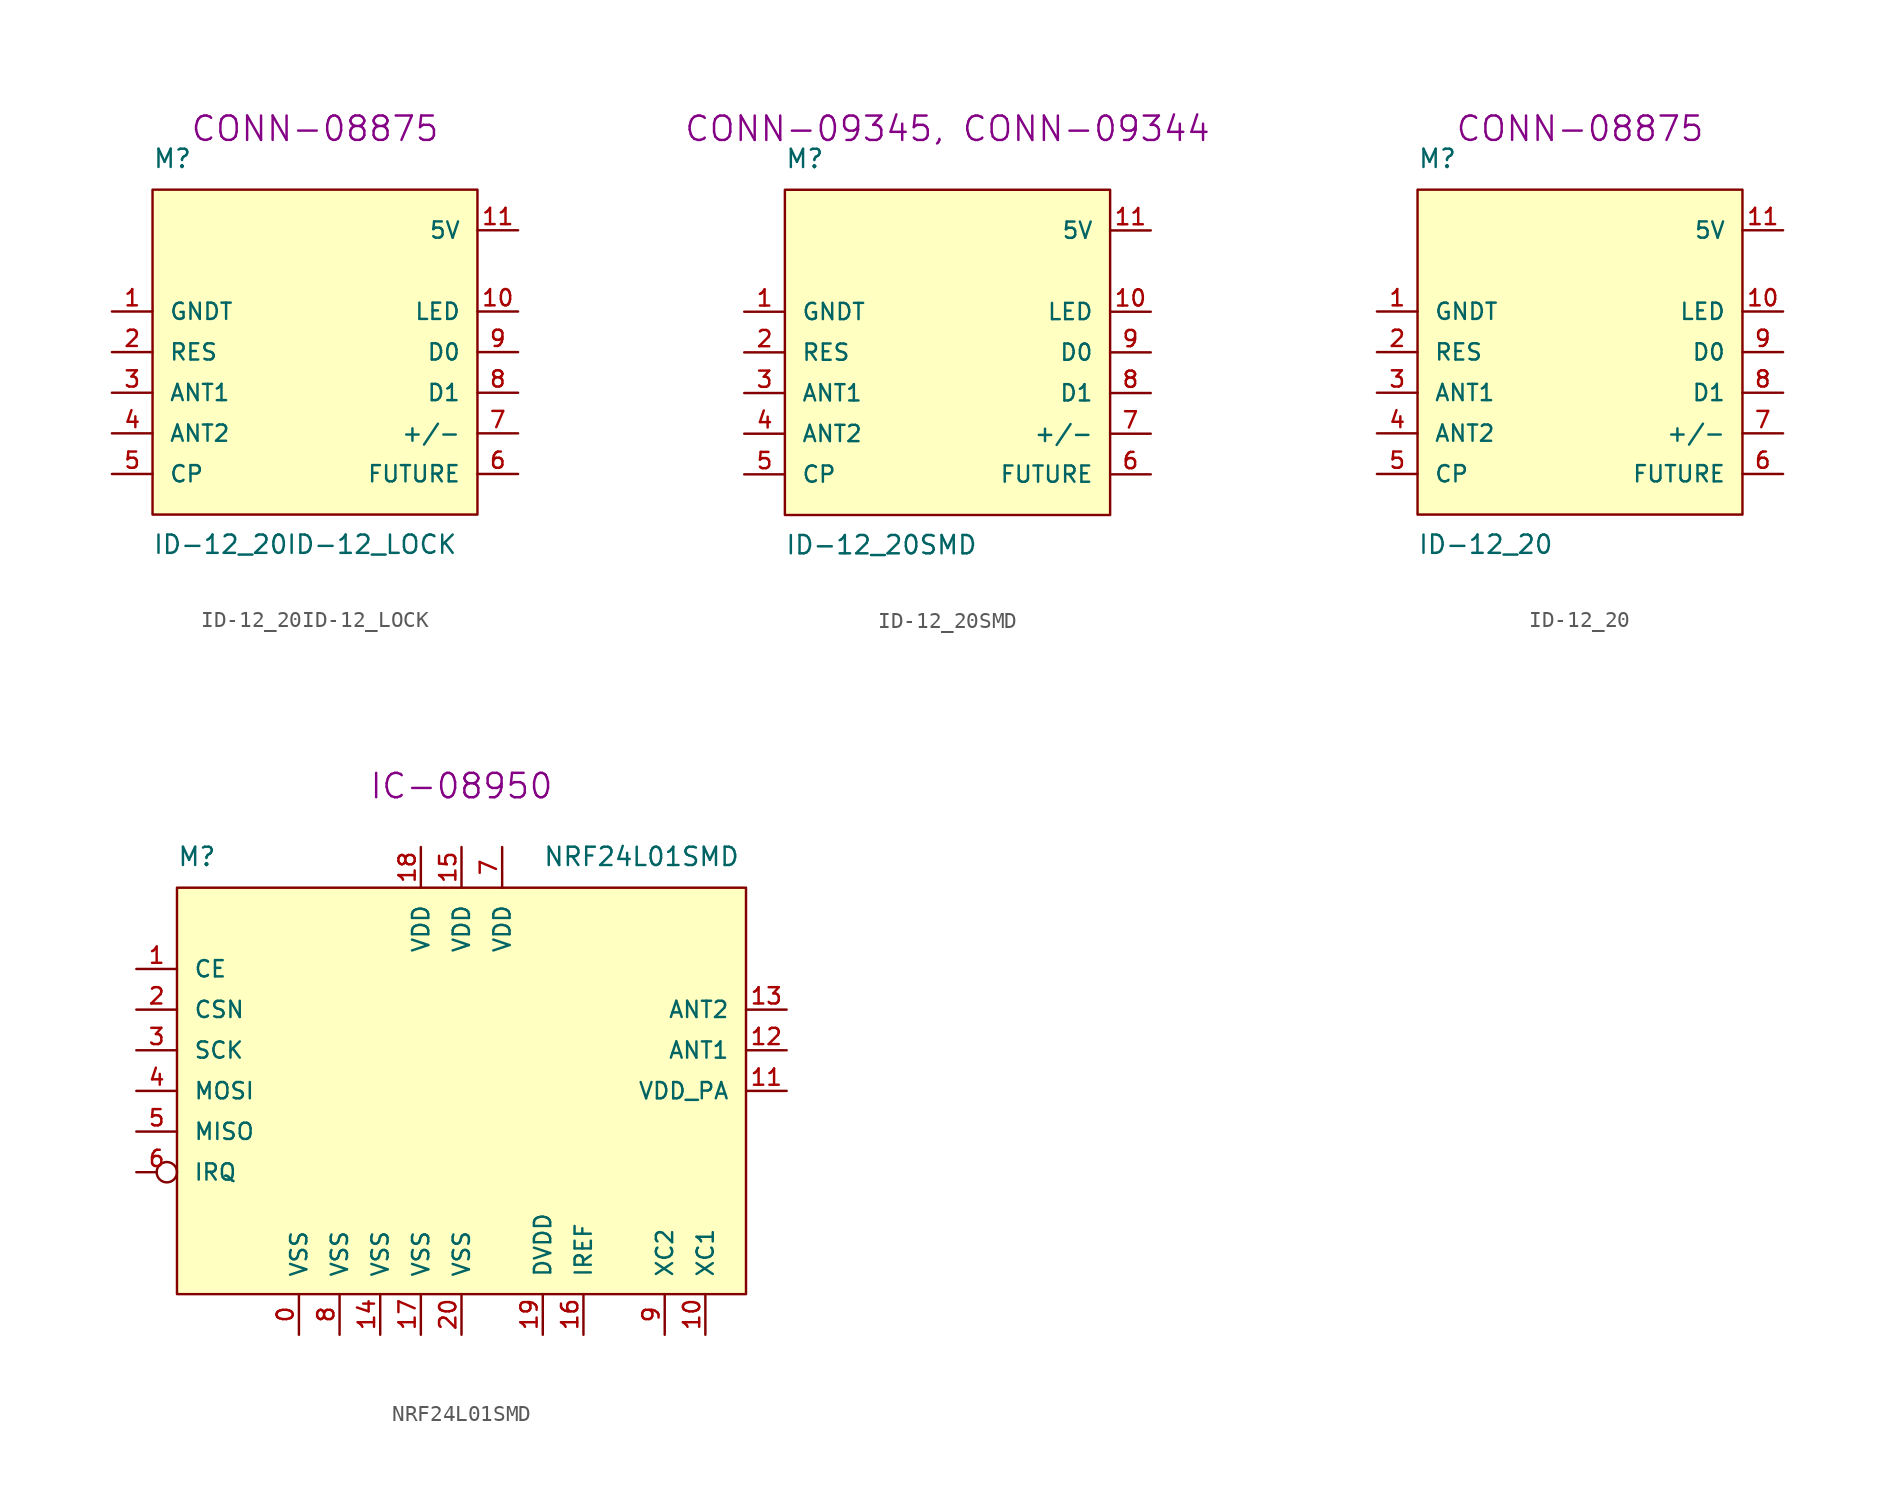
<source format=kicad_sym>
(kicad_symbol_lib
  (version 20201005)
  (generator kicad_symbol_editor)
  (symbol "ID-12_20ID-12_LOCK"
    (pin_names
      (offset 1.016))
    (property "Reference" "M"
      (at -10.16 11.43 0)
      (effects (font (size 1.143 1.143)) (justify left bottom)))
    (property "Value" "ID-12_20ID-12_LOCK"
      (at -10.16 -12.7 0)
      (effects (font (size 1.143 1.143)) (justify left bottom)))
    (property "Field4" "CONN-08875"
      (at 0 13.97 0)
      (effects (font (size 1.524 1.524))))
    (property "ki_locked" ""
      (at 0 0 0)
      (effects (font (size 1.27 1.27))))
    (symbol "ID-12_20ID-12_LOCK_1_1"
      (polyline (pts (xy -10.16 10.16) (xy -10.16 -10.16) (xy 10.16 -10.16) (xy 10.16 10.16) (xy -10.16 10.16)) (stroke (width 0)) (fill (type background)))
      (pin bidirectional line (at -12.7 2.54 0) (length 2.54) (name "GNDT" (effects (font (size 1.016 1.016)))) (number "1" (effects (font (size 1.016 1.016)))))
      (pin bidirectional line (at -12.7 0 0) (length 2.54) (name "RES" (effects (font (size 1.016 1.016)))) (number "2" (effects (font (size 1.016 1.016)))))
      (pin bidirectional line (at -12.7 -2.54 0) (length 2.54) (name "ANT1" (effects (font (size 1.016 1.016)))) (number "3" (effects (font (size 1.016 1.016)))))
      (pin bidirectional line (at -12.7 -5.08 0) (length 2.54) (name "ANT2" (effects (font (size 1.016 1.016)))) (number "4" (effects (font (size 1.016 1.016)))))
      (pin bidirectional line (at -12.7 -7.62 0) (length 2.54) (name "CP" (effects (font (size 1.016 1.016)))) (number "5" (effects (font (size 1.016 1.016)))))
      (pin bidirectional line (at 12.7 -7.62 180) (length 2.54) (name "FUTURE" (effects (font (size 1.016 1.016)))) (number "6" (effects (font (size 1.016 1.016)))))
      (pin bidirectional line (at 12.7 -5.08 180) (length 2.54) (name "+/-" (effects (font (size 1.016 1.016)))) (number "7" (effects (font (size 1.016 1.016)))))
      (pin bidirectional line (at 12.7 -2.54 180) (length 2.54) (name "D1" (effects (font (size 1.016 1.016)))) (number "8" (effects (font (size 1.016 1.016)))))
      (pin bidirectional line (at 12.7 0 180) (length 2.54) (name "D0" (effects (font (size 1.016 1.016)))) (number "9" (effects (font (size 1.016 1.016)))))
      (pin bidirectional line (at 12.7 2.54 180) (length 2.54) (name "LED" (effects (font (size 1.016 1.016)))) (number "10" (effects (font (size 1.016 1.016)))))
      (pin bidirectional line (at 12.7 7.62 180) (length 2.54) (name "5V" (effects (font (size 1.016 1.016)))) (number "11" (effects (font (size 1.016 1.016)))))))
  (symbol "ID-12_20SMD"
    (pin_names
      (offset 1.016))
    (property "Reference" "M"
      (at -10.16 11.43 0)
      (effects (font (size 1.143 1.143)) (justify left bottom)))
    (property "Value" "ID-12_20SMD"
      (at -10.16 -12.7 0)
      (effects (font (size 1.143 1.143)) (justify left bottom)))
    (property "Field4" "CONN-09345, CONN-09344"
      (at 0 13.97 0)
      (effects (font (size 1.524 1.524))))
    (property "ki_locked" ""
      (at 0 0 0)
      (effects (font (size 1.27 1.27))))
    (symbol "ID-12_20SMD_1_1"
      (polyline (pts (xy -10.16 10.16) (xy -10.16 -10.16) (xy 10.16 -10.16) (xy 10.16 10.16) (xy -10.16 10.16)) (stroke (width 0)) (fill (type background)))
      (pin bidirectional line (at -12.7 2.54 0) (length 2.54) (name "GNDT" (effects (font (size 1.016 1.016)))) (number "1" (effects (font (size 1.016 1.016)))))
      (pin bidirectional line (at -12.7 0 0) (length 2.54) (name "RES" (effects (font (size 1.016 1.016)))) (number "2" (effects (font (size 1.016 1.016)))))
      (pin bidirectional line (at -12.7 -2.54 0) (length 2.54) (name "ANT1" (effects (font (size 1.016 1.016)))) (number "3" (effects (font (size 1.016 1.016)))))
      (pin bidirectional line (at -12.7 -5.08 0) (length 2.54) (name "ANT2" (effects (font (size 1.016 1.016)))) (number "4" (effects (font (size 1.016 1.016)))))
      (pin bidirectional line (at -12.7 -7.62 0) (length 2.54) (name "CP" (effects (font (size 1.016 1.016)))) (number "5" (effects (font (size 1.016 1.016)))))
      (pin bidirectional line (at 12.7 -7.62 180) (length 2.54) (name "FUTURE" (effects (font (size 1.016 1.016)))) (number "6" (effects (font (size 1.016 1.016)))))
      (pin bidirectional line (at 12.7 -5.08 180) (length 2.54) (name "+/-" (effects (font (size 1.016 1.016)))) (number "7" (effects (font (size 1.016 1.016)))))
      (pin bidirectional line (at 12.7 -2.54 180) (length 2.54) (name "D1" (effects (font (size 1.016 1.016)))) (number "8" (effects (font (size 1.016 1.016)))))
      (pin bidirectional line (at 12.7 0 180) (length 2.54) (name "D0" (effects (font (size 1.016 1.016)))) (number "9" (effects (font (size 1.016 1.016)))))
      (pin bidirectional line (at 12.7 2.54 180) (length 2.54) (name "LED" (effects (font (size 1.016 1.016)))) (number "10" (effects (font (size 1.016 1.016)))))
      (pin bidirectional line (at 12.7 7.62 180) (length 2.54) (name "5V" (effects (font (size 1.016 1.016)))) (number "11" (effects (font (size 1.016 1.016)))))))
  (symbol "ID-12_20"
    (pin_names
      (offset 1.016))
    (property "Reference" "M"
      (at -10.16 11.43 0)
      (effects (font (size 1.143 1.143)) (justify left bottom)))
    (property "Value" "ID-12_20"
      (at -10.16 -12.7 0)
      (effects (font (size 1.143 1.143)) (justify left bottom)))
    (property "Field4" "CONN-08875"
      (at 0 13.97 0)
      (effects (font (size 1.524 1.524))))
    (property "ki_locked" ""
      (at 0 0 0)
      (effects (font (size 1.27 1.27))))
    (symbol "ID-12_20_1_1"
      (polyline (pts (xy -10.16 10.16) (xy -10.16 -10.16) (xy 10.16 -10.16) (xy 10.16 10.16) (xy -10.16 10.16)) (stroke (width 0)) (fill (type background)))
      (pin bidirectional line (at -12.7 2.54 0) (length 2.54) (name "GNDT" (effects (font (size 1.016 1.016)))) (number "1" (effects (font (size 1.016 1.016)))))
      (pin bidirectional line (at -12.7 0 0) (length 2.54) (name "RES" (effects (font (size 1.016 1.016)))) (number "2" (effects (font (size 1.016 1.016)))))
      (pin bidirectional line (at -12.7 -2.54 0) (length 2.54) (name "ANT1" (effects (font (size 1.016 1.016)))) (number "3" (effects (font (size 1.016 1.016)))))
      (pin bidirectional line (at -12.7 -5.08 0) (length 2.54) (name "ANT2" (effects (font (size 1.016 1.016)))) (number "4" (effects (font (size 1.016 1.016)))))
      (pin bidirectional line (at -12.7 -7.62 0) (length 2.54) (name "CP" (effects (font (size 1.016 1.016)))) (number "5" (effects (font (size 1.016 1.016)))))
      (pin bidirectional line (at 12.7 -7.62 180) (length 2.54) (name "FUTURE" (effects (font (size 1.016 1.016)))) (number "6" (effects (font (size 1.016 1.016)))))
      (pin bidirectional line (at 12.7 -5.08 180) (length 2.54) (name "+/-" (effects (font (size 1.016 1.016)))) (number "7" (effects (font (size 1.016 1.016)))))
      (pin bidirectional line (at 12.7 -2.54 180) (length 2.54) (name "D1" (effects (font (size 1.016 1.016)))) (number "8" (effects (font (size 1.016 1.016)))))
      (pin bidirectional line (at 12.7 0 180) (length 2.54) (name "D0" (effects (font (size 1.016 1.016)))) (number "9" (effects (font (size 1.016 1.016)))))
      (pin bidirectional line (at 12.7 2.54 180) (length 2.54) (name "LED" (effects (font (size 1.016 1.016)))) (number "10" (effects (font (size 1.016 1.016)))))
      (pin bidirectional line (at 12.7 7.62 180) (length 2.54) (name "5V" (effects (font (size 1.016 1.016)))) (number "11" (effects (font (size 1.016 1.016)))))))
  (symbol "NRF24L01SMD"
    (pin_names
      (offset 1.016))
    (property "Reference" "M"
      (at -17.78 13.97 0)
      (effects (font (size 1.143 1.143)) (justify left bottom)))
    (property "Value" "NRF24L01SMD"
      (at 5.08 13.97 0)
      (effects (font (size 1.143 1.143)) (justify left bottom)))
    (property "Field4" "IC-08950"
      (at 0 19.05 0)
      (effects (font (size 1.524 1.524))))
    (property "ki_locked" ""
      (at 0 0 0)
      (effects (font (size 1.27 1.27))))
    (symbol "NRF24L01SMD_1_1"
      (polyline (pts (xy -17.78 12.7) (xy 17.78 12.7) (xy 17.78 -12.7) (xy -17.78 -12.7) (xy -17.78 12.7)) (stroke (width 0)) (fill (type background)))
      (pin power_in line (at -10.16 -15.24 90) (length 2.54) (name "VSS" (effects (font (size 1.016 1.016)))) (number "0" (effects (font (size 1.016 1.016)))))
      (pin input line (at -20.32 7.62 0) (length 2.54) (name "CE" (effects (font (size 1.016 1.016)))) (number "1" (effects (font (size 1.016 1.016)))))
      (pin input line (at -20.32 5.08 0) (length 2.54) (name "CSN" (effects (font (size 1.016 1.016)))) (number "2" (effects (font (size 1.016 1.016)))))
      (pin input line (at -20.32 2.54 0) (length 2.54) (name "SCK" (effects (font (size 1.016 1.016)))) (number "3" (effects (font (size 1.016 1.016)))))
      (pin input line (at -20.32 0 0) (length 2.54) (name "MOSI" (effects (font (size 1.016 1.016)))) (number "4" (effects (font (size 1.016 1.016)))))
      (pin output line (at -20.32 -2.54 0) (length 2.54) (name "MISO" (effects (font (size 1.016 1.016)))) (number "5" (effects (font (size 1.016 1.016)))))
      (pin output inverted (at -20.32 -5.08 0) (length 2.54) (name "IRQ" (effects (font (size 1.016 1.016)))) (number "6" (effects (font (size 1.016 1.016)))))
      (pin power_in line (at 2.54 15.24 270) (length 2.54) (name "VDD" (effects (font (size 1.016 1.016)))) (number "7" (effects (font (size 1.016 1.016)))))
      (pin power_in line (at -7.62 -15.24 90) (length 2.54) (name "VSS" (effects (font (size 1.016 1.016)))) (number "8" (effects (font (size 1.016 1.016)))))
      (pin input line (at 12.7 -15.24 90) (length 2.54) (name "XC2" (effects (font (size 1.016 1.016)))) (number "9" (effects (font (size 1.016 1.016)))))
      (pin input line (at 15.24 -15.24 90) (length 2.54) (name "XC1" (effects (font (size 1.016 1.016)))) (number "10" (effects (font (size 1.016 1.016)))))
      (pin power_in line (at 0 -15.24 90) (length 2.54) (name "VSS" (effects (font (size 1.016 1.016)))) (number "20" (effects (font (size 1.016 1.016)))))
      (pin power_in line (at 20.32 0 180) (length 2.54) (name "VDD_PA" (effects (font (size 1.016 1.016)))) (number "11" (effects (font (size 1.016 1.016)))))
      (pin output line (at 20.32 2.54 180) (length 2.54) (name "ANT1" (effects (font (size 1.016 1.016)))) (number "12" (effects (font (size 1.016 1.016)))))
      (pin output line (at 20.32 5.08 180) (length 2.54) (name "ANT2" (effects (font (size 1.016 1.016)))) (number "13" (effects (font (size 1.016 1.016)))))
      (pin power_in line (at -5.08 -15.24 90) (length 2.54) (name "VSS" (effects (font (size 1.016 1.016)))) (number "14" (effects (font (size 1.016 1.016)))))
      (pin power_in line (at 0 15.24 270) (length 2.54) (name "VDD" (effects (font (size 1.016 1.016)))) (number "15" (effects (font (size 1.016 1.016)))))
      (pin input line (at 7.62 -15.24 90) (length 2.54) (name "IREF" (effects (font (size 1.016 1.016)))) (number "16" (effects (font (size 1.016 1.016)))))
      (pin power_in line (at -2.54 -15.24 90) (length 2.54) (name "VSS" (effects (font (size 1.016 1.016)))) (number "17" (effects (font (size 1.016 1.016)))))
      (pin power_in line (at -2.54 15.24 270) (length 2.54) (name "VDD" (effects (font (size 1.016 1.016)))) (number "18" (effects (font (size 1.016 1.016)))))
      (pin power_in line (at 5.08 -15.24 90) (length 2.54) (name "DVDD" (effects (font (size 1.016 1.016)))) (number "19" (effects (font (size 1.016 1.016))))))))
</source>
